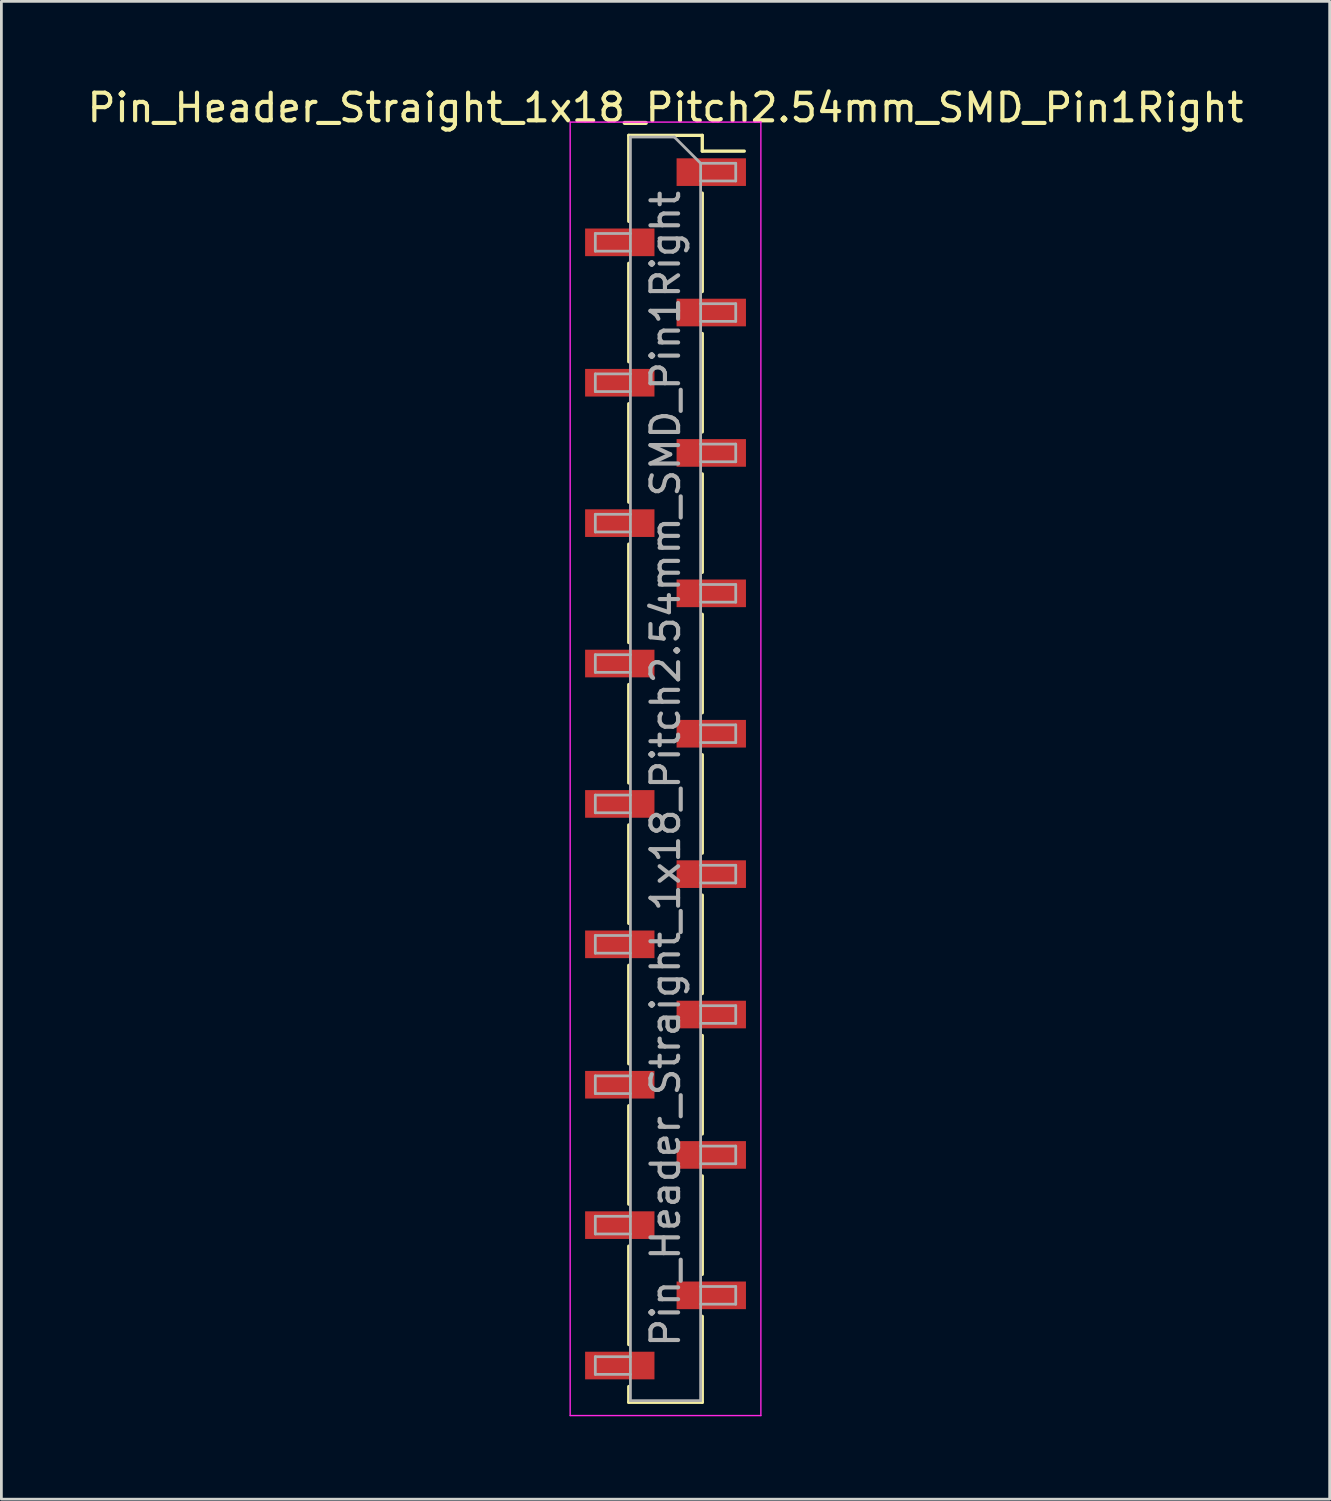
<source format=kicad_pcb>
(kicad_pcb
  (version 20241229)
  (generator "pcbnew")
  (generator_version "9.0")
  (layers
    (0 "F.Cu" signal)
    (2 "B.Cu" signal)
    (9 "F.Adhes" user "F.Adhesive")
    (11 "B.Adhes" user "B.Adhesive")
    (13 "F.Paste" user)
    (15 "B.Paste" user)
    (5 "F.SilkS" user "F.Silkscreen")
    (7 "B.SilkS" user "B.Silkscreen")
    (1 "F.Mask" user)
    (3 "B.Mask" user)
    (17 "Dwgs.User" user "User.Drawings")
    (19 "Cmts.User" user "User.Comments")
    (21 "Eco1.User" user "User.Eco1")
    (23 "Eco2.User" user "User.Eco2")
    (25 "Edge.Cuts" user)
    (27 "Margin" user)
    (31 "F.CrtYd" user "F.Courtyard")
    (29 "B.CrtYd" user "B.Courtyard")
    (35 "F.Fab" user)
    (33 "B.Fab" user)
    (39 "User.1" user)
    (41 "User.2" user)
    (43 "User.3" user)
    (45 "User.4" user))
  (footprint "Pin_Header_Straight_1x18_Pitch2.54mm_SMD_Pin1Right"
    (layer "F.Cu")
    (at 21.03 24.768)
    (property "Reference" "Pin_Header_Straight_1x18_Pitch2.54mm_SMD_Pin1Right" (at 0 -23.92 0) (layer "F.SilkS") (effects (font (size 1 1) (thickness 0.15))))
    (attr smd)
    (fp_line (start -1.33 -22.92) (end -1.33 -19.81) (stroke (width 0.12) (type solid)) (layer "F.SilkS"))
    (fp_line (start -1.33 -22.92) (end 1.33 -22.92) (stroke (width 0.12) (type solid)) (layer "F.SilkS"))
    (fp_line (start -1.33 -18.29) (end -1.33 -14.73) (stroke (width 0.12) (type solid)) (layer "F.SilkS"))
    (fp_line (start -1.33 -13.21) (end -1.33 -9.65) (stroke (width 0.12) (type solid)) (layer "F.SilkS"))
    (fp_line (start -1.33 -8.13) (end -1.33 -4.57) (stroke (width 0.12) (type solid)) (layer "F.SilkS"))
    (fp_line (start -1.33 -3.05) (end -1.33 0.51) (stroke (width 0.12) (type solid)) (layer "F.SilkS"))
    (fp_line (start -1.33 2.03) (end -1.33 5.59) (stroke (width 0.12) (type solid)) (layer "F.SilkS"))
    (fp_line (start -1.33 7.11) (end -1.33 10.67) (stroke (width 0.12) (type solid)) (layer "F.SilkS"))
    (fp_line (start -1.33 12.19) (end -1.33 15.75) (stroke (width 0.12) (type solid)) (layer "F.SilkS"))
    (fp_line (start -1.33 17.27) (end -1.33 20.83) (stroke (width 0.12) (type solid)) (layer "F.SilkS"))
    (fp_line (start -1.33 22.35) (end -1.33 22.92) (stroke (width 0.12) (type solid)) (layer "F.SilkS"))
    (fp_line (start -1.33 22.92) (end 1.33 22.92) (stroke (width 0.12) (type solid)) (layer "F.SilkS"))
    (fp_line (start 1.33 -22.92) (end 1.33 -22.35) (stroke (width 0.12) (type solid)) (layer "F.SilkS"))
    (fp_line (start 1.33 -22.35) (end 2.85 -22.35) (stroke (width 0.12) (type solid)) (layer "F.SilkS"))
    (fp_line (start 1.33 -20.83) (end 1.33 -17.27) (stroke (width 0.12) (type solid)) (layer "F.SilkS"))
    (fp_line (start 1.33 -15.75) (end 1.33 -12.19) (stroke (width 0.12) (type solid)) (layer "F.SilkS"))
    (fp_line (start 1.33 -10.67) (end 1.33 -7.11) (stroke (width 0.12) (type solid)) (layer "F.SilkS"))
    (fp_line (start 1.33 -5.59) (end 1.33 -2.03) (stroke (width 0.12) (type solid)) (layer "F.SilkS"))
    (fp_line (start 1.33 -0.51) (end 1.33 3.05) (stroke (width 0.12) (type solid)) (layer "F.SilkS"))
    (fp_line (start 1.33 4.57) (end 1.33 8.13) (stroke (width 0.12) (type solid)) (layer "F.SilkS"))
    (fp_line (start 1.33 9.65) (end 1.33 13.21) (stroke (width 0.12) (type solid)) (layer "F.SilkS"))
    (fp_line (start 1.33 14.73) (end 1.33 18.29) (stroke (width 0.12) (type solid)) (layer "F.SilkS"))
    (fp_line (start 1.33 19.81) (end 1.33 22.92) (stroke (width 0.12) (type solid)) (layer "F.SilkS"))
    (fp_line (start -3.45 -23.4) (end -3.45 23.4) (stroke (width 0.05) (type solid)) (layer "F.CrtYd"))
    (fp_line (start -3.45 23.4) (end 3.45 23.4) (stroke (width 0.05) (type solid)) (layer "F.CrtYd"))
    (fp_line (start 3.45 -23.4) (end -3.45 -23.4) (stroke (width 0.05) (type solid)) (layer "F.CrtYd"))
    (fp_line (start 3.45 23.4) (end 3.45 -23.4) (stroke (width 0.05) (type solid)) (layer "F.CrtYd"))
    (fp_line (start -2.54 -19.37) (end -2.54 -18.73) (stroke (width 0.1) (type solid)) (layer "F.Fab"))
    (fp_line (start -2.54 -18.73) (end -1.27 -18.73) (stroke (width 0.1) (type solid)) (layer "F.Fab"))
    (fp_line (start -2.54 -14.29) (end -2.54 -13.65) (stroke (width 0.1) (type solid)) (layer "F.Fab"))
    (fp_line (start -2.54 -13.65) (end -1.27 -13.65) (stroke (width 0.1) (type solid)) (layer "F.Fab"))
    (fp_line (start -2.54 -9.21) (end -2.54 -8.57) (stroke (width 0.1) (type solid)) (layer "F.Fab"))
    (fp_line (start -2.54 -8.57) (end -1.27 -8.57) (stroke (width 0.1) (type solid)) (layer "F.Fab"))
    (fp_line (start -2.54 -4.13) (end -2.54 -3.49) (stroke (width 0.1) (type solid)) (layer "F.Fab"))
    (fp_line (start -2.54 -3.49) (end -1.27 -3.49) (stroke (width 0.1) (type solid)) (layer "F.Fab"))
    (fp_line (start -2.54 0.95) (end -2.54 1.59) (stroke (width 0.1) (type solid)) (layer "F.Fab"))
    (fp_line (start -2.54 1.59) (end -1.27 1.59) (stroke (width 0.1) (type solid)) (layer "F.Fab"))
    (fp_line (start -2.54 6.03) (end -2.54 6.67) (stroke (width 0.1) (type solid)) (layer "F.Fab"))
    (fp_line (start -2.54 6.67) (end -1.27 6.67) (stroke (width 0.1) (type solid)) (layer "F.Fab"))
    (fp_line (start -2.54 11.11) (end -2.54 11.75) (stroke (width 0.1) (type solid)) (layer "F.Fab"))
    (fp_line (start -2.54 11.75) (end -1.27 11.75) (stroke (width 0.1) (type solid)) (layer "F.Fab"))
    (fp_line (start -2.54 16.19) (end -2.54 16.83) (stroke (width 0.1) (type solid)) (layer "F.Fab"))
    (fp_line (start -2.54 16.83) (end -1.27 16.83) (stroke (width 0.1) (type solid)) (layer "F.Fab"))
    (fp_line (start -2.54 21.27) (end -2.54 21.91) (stroke (width 0.1) (type solid)) (layer "F.Fab"))
    (fp_line (start -2.54 21.91) (end -1.27 21.91) (stroke (width 0.1) (type solid)) (layer "F.Fab"))
    (fp_line (start -1.27 -22.86) (end -1.27 22.86) (stroke (width 0.1) (type solid)) (layer "F.Fab"))
    (fp_line (start -1.27 -22.86) (end 0.32 -22.86) (stroke (width 0.1) (type solid)) (layer "F.Fab"))
    (fp_line (start -1.27 -19.37) (end -2.54 -19.37) (stroke (width 0.1) (type solid)) (layer "F.Fab"))
    (fp_line (start -1.27 -14.29) (end -2.54 -14.29) (stroke (width 0.1) (type solid)) (layer "F.Fab"))
    (fp_line (start -1.27 -9.21) (end -2.54 -9.21) (stroke (width 0.1) (type solid)) (layer "F.Fab"))
    (fp_line (start -1.27 -4.13) (end -2.54 -4.13) (stroke (width 0.1) (type solid)) (layer "F.Fab"))
    (fp_line (start -1.27 0.95) (end -2.54 0.95) (stroke (width 0.1) (type solid)) (layer "F.Fab"))
    (fp_line (start -1.27 6.03) (end -2.54 6.03) (stroke (width 0.1) (type solid)) (layer "F.Fab"))
    (fp_line (start -1.27 11.11) (end -2.54 11.11) (stroke (width 0.1) (type solid)) (layer "F.Fab"))
    (fp_line (start -1.27 16.19) (end -2.54 16.19) (stroke (width 0.1) (type solid)) (layer "F.Fab"))
    (fp_line (start -1.27 21.27) (end -2.54 21.27) (stroke (width 0.1) (type solid)) (layer "F.Fab"))
    (fp_line (start 1.27 -21.91) (end 0.32 -22.86) (stroke (width 0.1) (type solid)) (layer "F.Fab"))
    (fp_line (start 1.27 -21.91) (end 2.54 -21.91) (stroke (width 0.1) (type solid)) (layer "F.Fab"))
    (fp_line (start 1.27 -16.83) (end 2.54 -16.83) (stroke (width 0.1) (type solid)) (layer "F.Fab"))
    (fp_line (start 1.27 -11.75) (end 2.54 -11.75) (stroke (width 0.1) (type solid)) (layer "F.Fab"))
    (fp_line (start 1.27 -6.67) (end 2.54 -6.67) (stroke (width 0.1) (type solid)) (layer "F.Fab"))
    (fp_line (start 1.27 -1.59) (end 2.54 -1.59) (stroke (width 0.1) (type solid)) (layer "F.Fab"))
    (fp_line (start 1.27 3.49) (end 2.54 3.49) (stroke (width 0.1) (type solid)) (layer "F.Fab"))
    (fp_line (start 1.27 8.57) (end 2.54 8.57) (stroke (width 0.1) (type solid)) (layer "F.Fab"))
    (fp_line (start 1.27 13.65) (end 2.54 13.65) (stroke (width 0.1) (type solid)) (layer "F.Fab"))
    (fp_line (start 1.27 18.73) (end 2.54 18.73) (stroke (width 0.1) (type solid)) (layer "F.Fab"))
    (fp_line (start 1.27 22.86) (end -1.27 22.86) (stroke (width 0.1) (type solid)) (layer "F.Fab"))
    (fp_line (start 1.27 22.86) (end 1.27 -21.91) (stroke (width 0.1) (type solid)) (layer "F.Fab"))
    (fp_line (start 2.54 -21.91) (end 2.54 -21.27) (stroke (width 0.1) (type solid)) (layer "F.Fab"))
    (fp_line (start 2.54 -21.27) (end 1.27 -21.27) (stroke (width 0.1) (type solid)) (layer "F.Fab"))
    (fp_line (start 2.54 -16.83) (end 2.54 -16.19) (stroke (width 0.1) (type solid)) (layer "F.Fab"))
    (fp_line (start 2.54 -16.19) (end 1.27 -16.19) (stroke (width 0.1) (type solid)) (layer "F.Fab"))
    (fp_line (start 2.54 -11.75) (end 2.54 -11.11) (stroke (width 0.1) (type solid)) (layer "F.Fab"))
    (fp_line (start 2.54 -11.11) (end 1.27 -11.11) (stroke (width 0.1) (type solid)) (layer "F.Fab"))
    (fp_line (start 2.54 -6.67) (end 2.54 -6.03) (stroke (width 0.1) (type solid)) (layer "F.Fab"))
    (fp_line (start 2.54 -6.03) (end 1.27 -6.03) (stroke (width 0.1) (type solid)) (layer "F.Fab"))
    (fp_line (start 2.54 -1.59) (end 2.54 -0.95) (stroke (width 0.1) (type solid)) (layer "F.Fab"))
    (fp_line (start 2.54 -0.95) (end 1.27 -0.95) (stroke (width 0.1) (type solid)) (layer "F.Fab"))
    (fp_line (start 2.54 3.49) (end 2.54 4.13) (stroke (width 0.1) (type solid)) (layer "F.Fab"))
    (fp_line (start 2.54 4.13) (end 1.27 4.13) (stroke (width 0.1) (type solid)) (layer "F.Fab"))
    (fp_line (start 2.54 8.57) (end 2.54 9.21) (stroke (width 0.1) (type solid)) (layer "F.Fab"))
    (fp_line (start 2.54 9.21) (end 1.27 9.21) (stroke (width 0.1) (type solid)) (layer "F.Fab"))
    (fp_line (start 2.54 13.65) (end 2.54 14.29) (stroke (width 0.1) (type solid)) (layer "F.Fab"))
    (fp_line (start 2.54 14.29) (end 1.27 14.29) (stroke (width 0.1) (type solid)) (layer "F.Fab"))
    (fp_line (start 2.54 18.73) (end 2.54 19.37) (stroke (width 0.1) (type solid)) (layer "F.Fab"))
    (fp_line (start 2.54 19.37) (end 1.27 19.37) (stroke (width 0.1) (type solid)) (layer "F.Fab"))
    (fp_text user "${REFERENCE}" (at 0 0 90) (layer "F.Fab") (effects (font (size 1 1) (thickness 0.15))))
    (pad "1" smd rect (at 1.655 -21.59) (size 2.51 1) (layers "F.Cu" "F.Mask" "F.Paste"))
    (pad "2" smd rect (at -1.655 -19.05) (size 2.51 1) (layers "F.Cu" "F.Mask" "F.Paste"))
    (pad "3" smd rect (at 1.655 -16.51) (size 2.51 1) (layers "F.Cu" "F.Mask" "F.Paste"))
    (pad "4" smd rect (at -1.655 -13.97) (size 2.51 1) (layers "F.Cu" "F.Mask" "F.Paste"))
    (pad "5" smd rect (at 1.655 -11.43) (size 2.51 1) (layers "F.Cu" "F.Mask" "F.Paste"))
    (pad "6" smd rect (at -1.655 -8.89) (size 2.51 1) (layers "F.Cu" "F.Mask" "F.Paste"))
    (pad "7" smd rect (at 1.655 -6.35) (size 2.51 1) (layers "F.Cu" "F.Mask" "F.Paste"))
    (pad "8" smd rect (at -1.655 -3.81) (size 2.51 1) (layers "F.Cu" "F.Mask" "F.Paste"))
    (pad "9" smd rect (at 1.655 -1.27) (size 2.51 1) (layers "F.Cu" "F.Mask" "F.Paste"))
    (pad "10" smd rect (at -1.655 1.27) (size 2.51 1) (layers "F.Cu" "F.Mask" "F.Paste"))
    (pad "11" smd rect (at 1.655 3.81) (size 2.51 1) (layers "F.Cu" "F.Mask" "F.Paste"))
    (pad "12" smd rect (at -1.655 6.35) (size 2.51 1) (layers "F.Cu" "F.Mask" "F.Paste"))
    (pad "13" smd rect (at 1.655 8.89) (size 2.51 1) (layers "F.Cu" "F.Mask" "F.Paste"))
    (pad "14" smd rect (at -1.655 11.43) (size 2.51 1) (layers "F.Cu" "F.Mask" "F.Paste"))
    (pad "15" smd rect (at 1.655 13.97) (size 2.51 1) (layers "F.Cu" "F.Mask" "F.Paste"))
    (pad "16" smd rect (at -1.655 16.51) (size 2.51 1) (layers "F.Cu" "F.Mask" "F.Paste"))
    (pad "17" smd rect (at 1.655 19.05) (size 2.51 1) (layers "F.Cu" "F.Mask" "F.Paste"))
    (pad "18" smd rect (at -1.655 21.59) (size 2.51 1) (layers "F.Cu" "F.Mask" "F.Paste")))
  (gr_rect
    (start -3 -3)
    (end 45.06 51.193)
    (stroke (width 0.1) (type default))
    (fill no)
    (layer "Edge.Cuts")))
</source>
